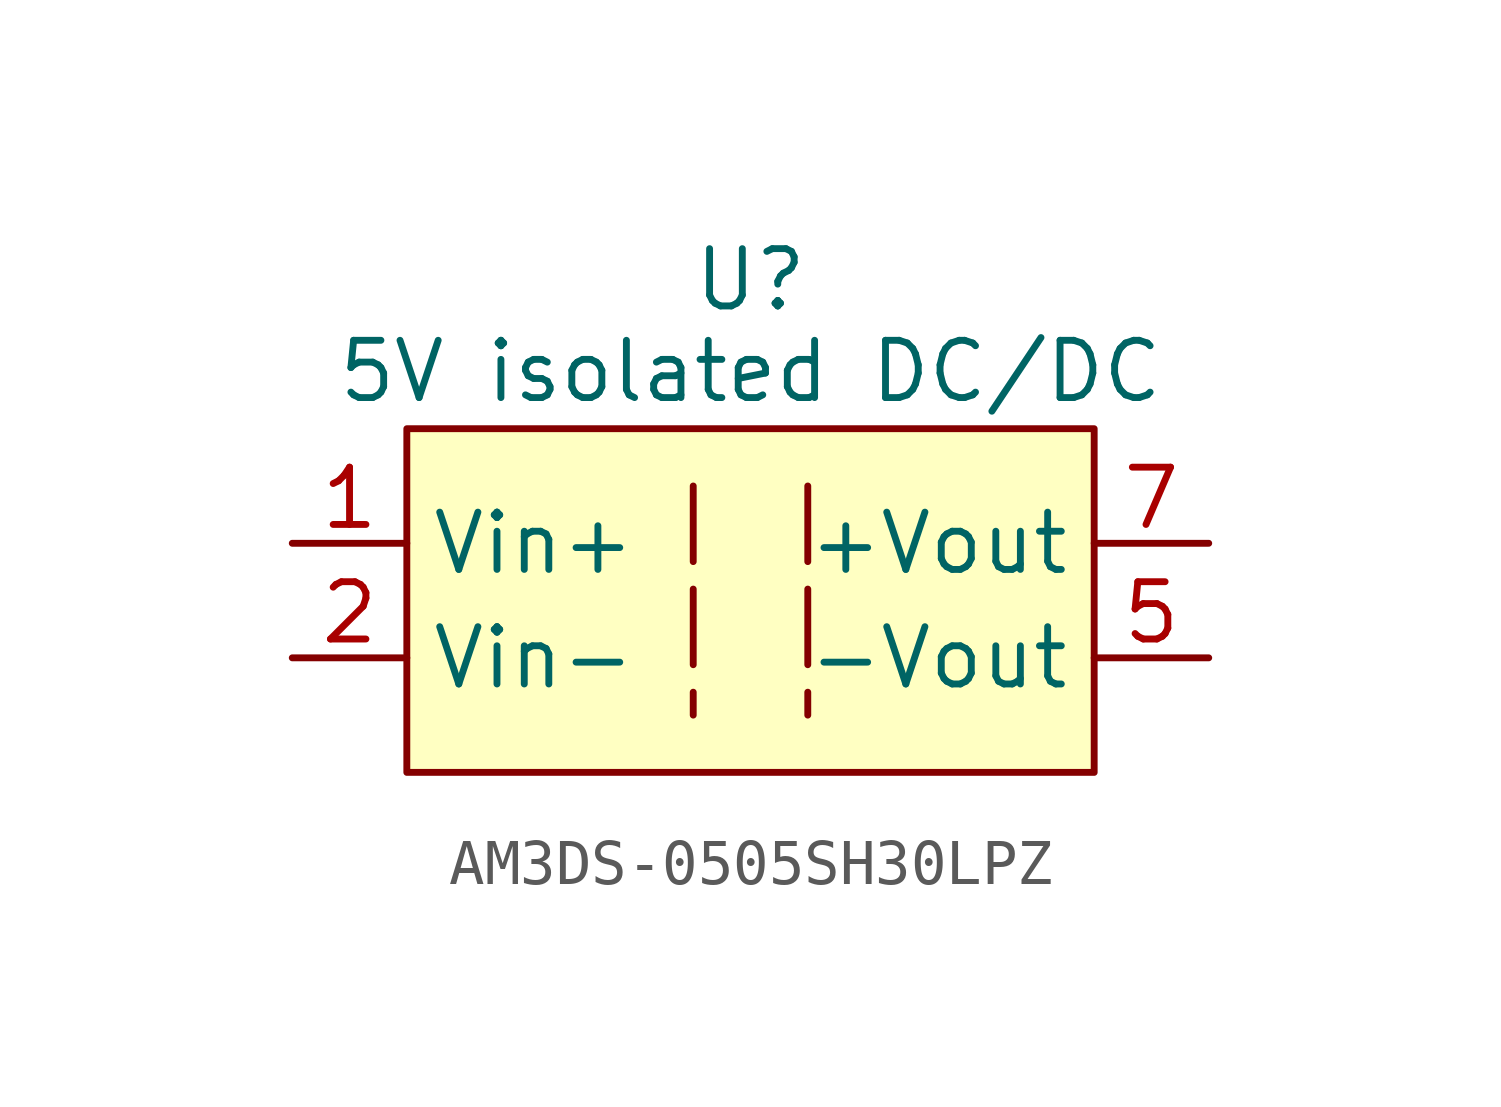
<source format=kicad_sym>
(kicad_symbol_lib
  (version 20241209)
  (generator "kicad_symbol_editor")
  (generator_version "9.0")
  (symbol "AM3DS-0505SH30LPZ"
    (property "Reference" "U"
      (at 0 7.112 0)
      (effects (font (size 1.27 1.27))))
    (property "Value" "5V isolated DC/DC"
      (at 0 5.08 0)
      (effects (font (size 1.27 1.27))))
    (symbol "AM3DS-0505SH30LPZ_1_1"
      (rectangle (start -7.62 3.81) (end 7.62 -3.81) (stroke (width 0) (type solid)) (fill (type background)))
      (polyline (pts (xy -1.27 2.54) (xy -1.27 -2.54)) (stroke (width 0) (type dash)) (fill (type none)))
      (polyline (pts (xy 1.27 2.54) (xy 1.27 -2.54)) (stroke (width 0) (type dash)) (fill (type none)))
      (pin power_out line (at -10.16 1.27 0) (length 2.54) (name "Vin+" (effects (font (size 1.27 1.27)))) (number "1" (effects (font (size 1.27 1.27)))))
      (pin power_out line (at -10.16 -1.27 0) (length 2.54) (name "Vin-" (effects (font (size 1.27 1.27)))) (number "2" (effects (font (size 1.27 1.27)))))
      (pin power_out line (at 10.16 1.27 180) (length 2.54) (name "+Vout" (effects (font (size 1.27 1.27)))) (number "7" (effects (font (size 1.27 1.27)))))
      (pin power_out line (at 10.16 -1.27 180) (length 2.54) (name "-Vout" (effects (font (size 1.27 1.27)))) (number "5" (effects (font (size 1.27 1.27))))))))
</source>
